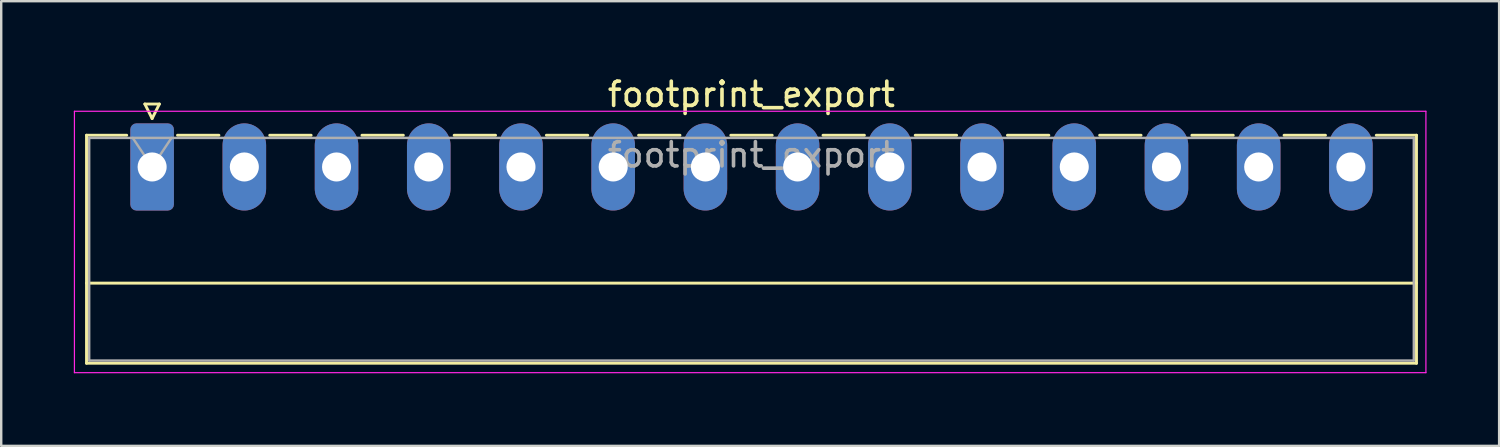
<source format=kicad_pcb>
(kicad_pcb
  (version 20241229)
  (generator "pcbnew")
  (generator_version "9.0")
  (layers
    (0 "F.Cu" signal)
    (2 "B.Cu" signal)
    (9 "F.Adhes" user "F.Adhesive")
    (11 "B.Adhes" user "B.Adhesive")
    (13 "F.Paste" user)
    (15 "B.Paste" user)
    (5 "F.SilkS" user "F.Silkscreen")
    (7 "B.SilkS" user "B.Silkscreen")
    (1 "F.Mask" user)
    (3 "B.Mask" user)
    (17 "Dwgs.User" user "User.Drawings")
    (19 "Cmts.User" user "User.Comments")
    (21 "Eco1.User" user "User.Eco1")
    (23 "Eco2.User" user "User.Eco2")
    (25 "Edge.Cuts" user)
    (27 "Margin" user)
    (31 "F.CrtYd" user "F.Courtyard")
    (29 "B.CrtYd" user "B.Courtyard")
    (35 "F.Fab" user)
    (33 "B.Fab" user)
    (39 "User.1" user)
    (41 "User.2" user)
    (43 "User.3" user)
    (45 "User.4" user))
  (footprint "footprint_export"
    (layer "F.Cu")
    (at 3.235 3.848)
    (property "Reference" "footprint_export" (at 24.76 -3 0) (layer "F.SilkS") (effects (font (size 1 1) (thickness 0.15))))
    (attr through_hole)
    (fp_line (start -2.71 -1.31) (end -2.71 8.11) (stroke (width 0.12) (type solid)) (layer "F.SilkS"))
    (fp_line (start -2.71 -1.31) (end -1.05 -1.31) (stroke (width 0.12) (type solid)) (layer "F.SilkS"))
    (fp_line (start -2.71 4.8) (end 52.24 4.8) (stroke (width 0.12) (type solid)) (layer "F.SilkS"))
    (fp_line (start -2.71 8.11) (end 52.24 8.11) (stroke (width 0.12) (type solid)) (layer "F.SilkS"))
    (fp_line (start -0.3 -2.6) (end 0.3 -2.6) (stroke (width 0.12) (type solid)) (layer "F.SilkS"))
    (fp_line (start 0 -2) (end -0.3 -2.6) (stroke (width 0.12) (type solid)) (layer "F.SilkS"))
    (fp_line (start 0.3 -2.6) (end 0 -2) (stroke (width 0.12) (type solid)) (layer "F.SilkS"))
    (fp_line (start 1.05 -1.31) (end 2.76 -1.31) (stroke (width 0.12) (type solid)) (layer "F.SilkS"))
    (fp_line (start 4.86 -1.31) (end 6.57 -1.31) (stroke (width 0.12) (type solid)) (layer "F.SilkS"))
    (fp_line (start 8.67 -1.31) (end 10.38 -1.31) (stroke (width 0.12) (type solid)) (layer "F.SilkS"))
    (fp_line (start 12.48 -1.31) (end 14.19 -1.31) (stroke (width 0.12) (type solid)) (layer "F.SilkS"))
    (fp_line (start 16.29 -1.31) (end 18 -1.31) (stroke (width 0.12) (type solid)) (layer "F.SilkS"))
    (fp_line (start 20.1 -1.31) (end 21.81 -1.31) (stroke (width 0.12) (type solid)) (layer "F.SilkS"))
    (fp_line (start 23.91 -1.31) (end 25.62 -1.31) (stroke (width 0.12) (type solid)) (layer "F.SilkS"))
    (fp_line (start 27.72 -1.31) (end 29.43 -1.31) (stroke (width 0.12) (type solid)) (layer "F.SilkS"))
    (fp_line (start 31.53 -1.31) (end 33.24 -1.31) (stroke (width 0.12) (type solid)) (layer "F.SilkS"))
    (fp_line (start 35.34 -1.31) (end 37.05 -1.31) (stroke (width 0.12) (type solid)) (layer "F.SilkS"))
    (fp_line (start 39.15 -1.31) (end 40.86 -1.31) (stroke (width 0.12) (type solid)) (layer "F.SilkS"))
    (fp_line (start 42.96 -1.31) (end 44.67 -1.31) (stroke (width 0.12) (type solid)) (layer "F.SilkS"))
    (fp_line (start 46.77 -1.31) (end 48.48 -1.31) (stroke (width 0.12) (type solid)) (layer "F.SilkS"))
    (fp_line (start 52.24 -1.31) (end 50.58 -1.31) (stroke (width 0.12) (type solid)) (layer "F.SilkS"))
    (fp_line (start 52.24 8.11) (end 52.24 -1.31) (stroke (width 0.12) (type solid)) (layer "F.SilkS"))
    (fp_line (start -3.21 -2.3) (end -3.21 8.5) (stroke (width 0.05) (type solid)) (layer "F.CrtYd"))
    (fp_line (start -3.21 8.5) (end 52.63 8.5) (stroke (width 0.05) (type solid)) (layer "F.CrtYd"))
    (fp_line (start 52.63 -2.3) (end -3.21 -2.3) (stroke (width 0.05) (type solid)) (layer "F.CrtYd"))
    (fp_line (start 52.63 8.5) (end 52.63 -2.3) (stroke (width 0.05) (type solid)) (layer "F.CrtYd"))
    (fp_line (start -2.6 -1.2) (end -2.6 8) (stroke (width 0.1) (type solid)) (layer "F.Fab"))
    (fp_line (start -2.6 8) (end 52.13 8) (stroke (width 0.1) (type solid)) (layer "F.Fab"))
    (fp_line (start 0 0) (end -0.8 -1.2) (stroke (width 0.1) (type solid)) (layer "F.Fab"))
    (fp_line (start 0.8 -1.2) (end 0 0) (stroke (width 0.1) (type solid)) (layer "F.Fab"))
    (fp_line (start 52.13 -1.2) (end -2.6 -1.2) (stroke (width 0.1) (type solid)) (layer "F.Fab"))
    (fp_line (start 52.13 8) (end 52.13 -1.2) (stroke (width 0.1) (type solid)) (layer "F.Fab"))
    (fp_text user "${REFERENCE}" (at 24.76 -0.5 0) (layer "F.Fab") (effects (font (size 1 1) (thickness 0.15))))
    (pad "1" thru_hole roundrect (at 0 0) (size 1.8 3.6) (drill 1.2) (layers "*.Cu" "*.Mask") (roundrect_rratio 0.139))
    (pad "2" thru_hole oval (at 3.81 0) (size 1.8 3.6) (drill 1.2) (layers "*.Cu" "*.Mask"))
    (pad "3" thru_hole oval (at 7.62 0) (size 1.8 3.6) (drill 1.2) (layers "*.Cu" "*.Mask"))
    (pad "4" thru_hole oval (at 11.43 0) (size 1.8 3.6) (drill 1.2) (layers "*.Cu" "*.Mask"))
    (pad "5" thru_hole oval (at 15.24 0) (size 1.8 3.6) (drill 1.2) (layers "*.Cu" "*.Mask"))
    (pad "6" thru_hole oval (at 19.05 0) (size 1.8 3.6) (drill 1.2) (layers "*.Cu" "*.Mask"))
    (pad "7" thru_hole oval (at 22.86 0) (size 1.8 3.6) (drill 1.2) (layers "*.Cu" "*.Mask"))
    (pad "8" thru_hole oval (at 26.67 0) (size 1.8 3.6) (drill 1.2) (layers "*.Cu" "*.Mask"))
    (pad "9" thru_hole oval (at 30.48 0) (size 1.8 3.6) (drill 1.2) (layers "*.Cu" "*.Mask"))
    (pad "10" thru_hole oval (at 34.29 0) (size 1.8 3.6) (drill 1.2) (layers "*.Cu" "*.Mask"))
    (pad "11" thru_hole oval (at 38.1 0) (size 1.8 3.6) (drill 1.2) (layers "*.Cu" "*.Mask"))
    (pad "12" thru_hole oval (at 41.91 0) (size 1.8 3.6) (drill 1.2) (layers "*.Cu" "*.Mask"))
    (pad "13" thru_hole oval (at 45.72 0) (size 1.8 3.6) (drill 1.2) (layers "*.Cu" "*.Mask"))
    (pad "14" thru_hole oval (at 49.53 0) (size 1.8 3.6) (drill 1.2) (layers "*.Cu" "*.Mask")))
  (gr_rect
    (start -3 -3)
    (end 58.89 15.373)
    (stroke (width 0.1) (type default))
    (fill no)
    (layer "Edge.Cuts")))
</source>
